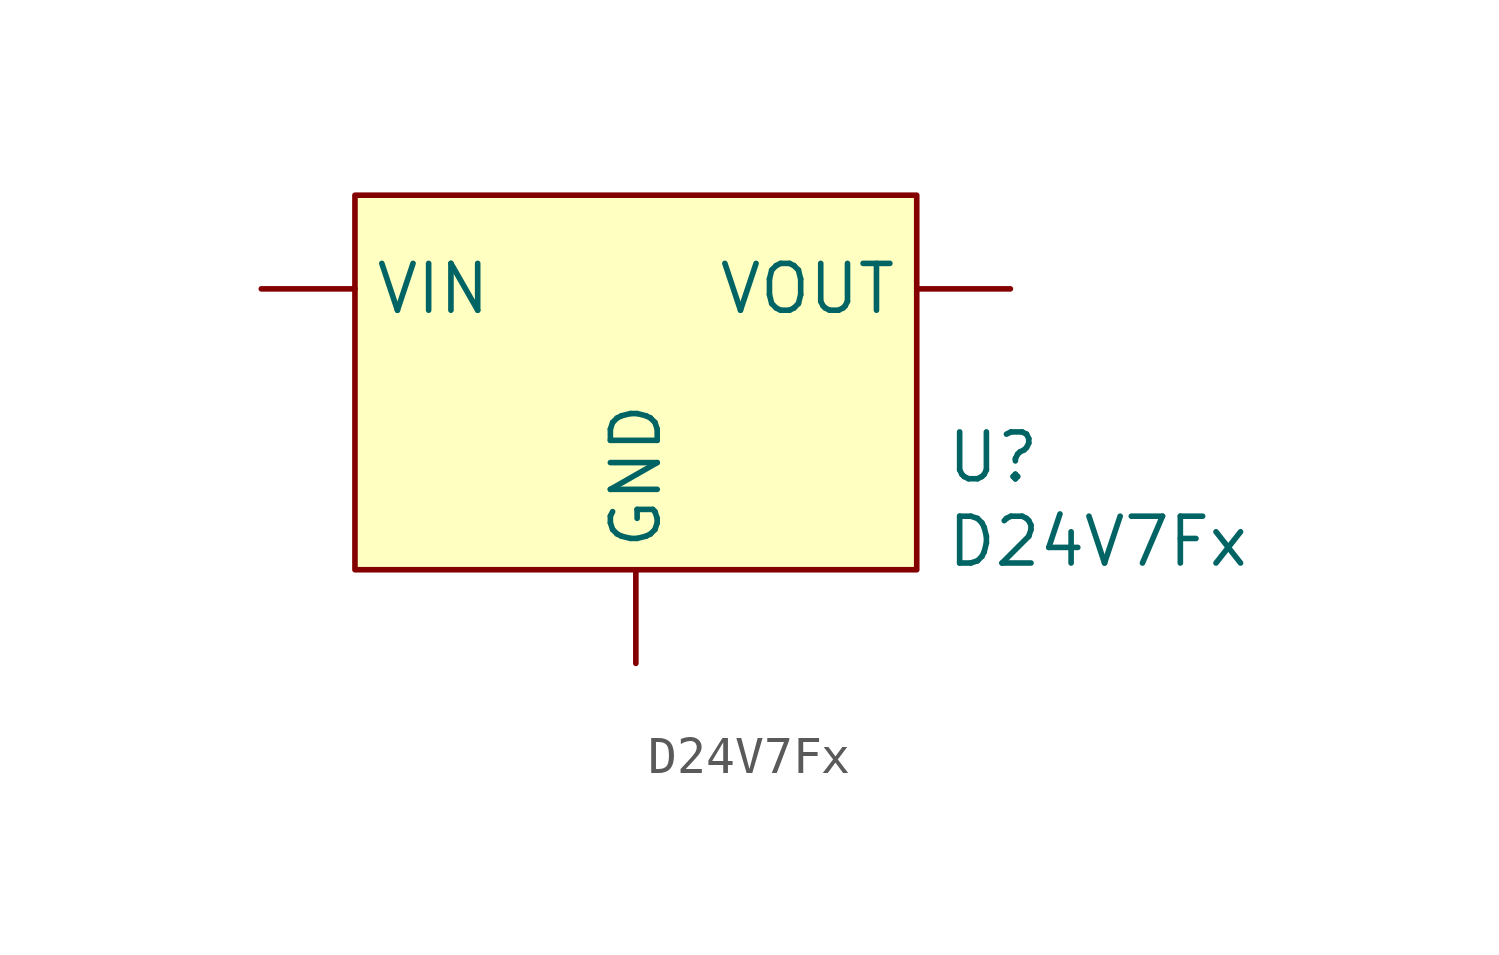
<source format=kicad_sym>
(kicad_symbol_lib
  (version 20241209)
  (generator "kicad_symbol_editor")
  (generator_version "9.0")
  (symbol "D24V7Fx"
    (pin_numbers
      (hide yes))
    (property "Reference" "U"
      (at 8.382 -2.032 0)
      (effects (font (size 1.27 1.27)) (justify left)))
    (property "Value" "D24V7Fx"
      (at 8.382 -4.318 0)
      (effects (font (size 1.27 1.27)) (justify left)))
    (symbol "D24V7Fx_0_1"
      (rectangle (start -7.62 5.08) (end 7.62 -5.08) (stroke (width 0) (type default)) (fill (type background))))
    (symbol "D24V7Fx_1_1"
      (pin passive line (at -10.16 2.54 0) (length 2.54) (name "VIN" (effects (font (size 1.27 1.27)))) (number "VIN" (effects (font (size 1.27 1.27)))))
      (pin passive line (at 0 -7.62 90) (length 2.54) (name "GND" (effects (font (size 1.27 1.27)))) (number "GND" (effects (font (size 1.27 1.27)))))
      (pin passive line (at 10.16 2.54 180) (length 2.54) (name "VOUT" (effects (font (size 1.27 1.27)))) (number "VOUT" (effects (font (size 1.27 1.27))))))))
</source>
